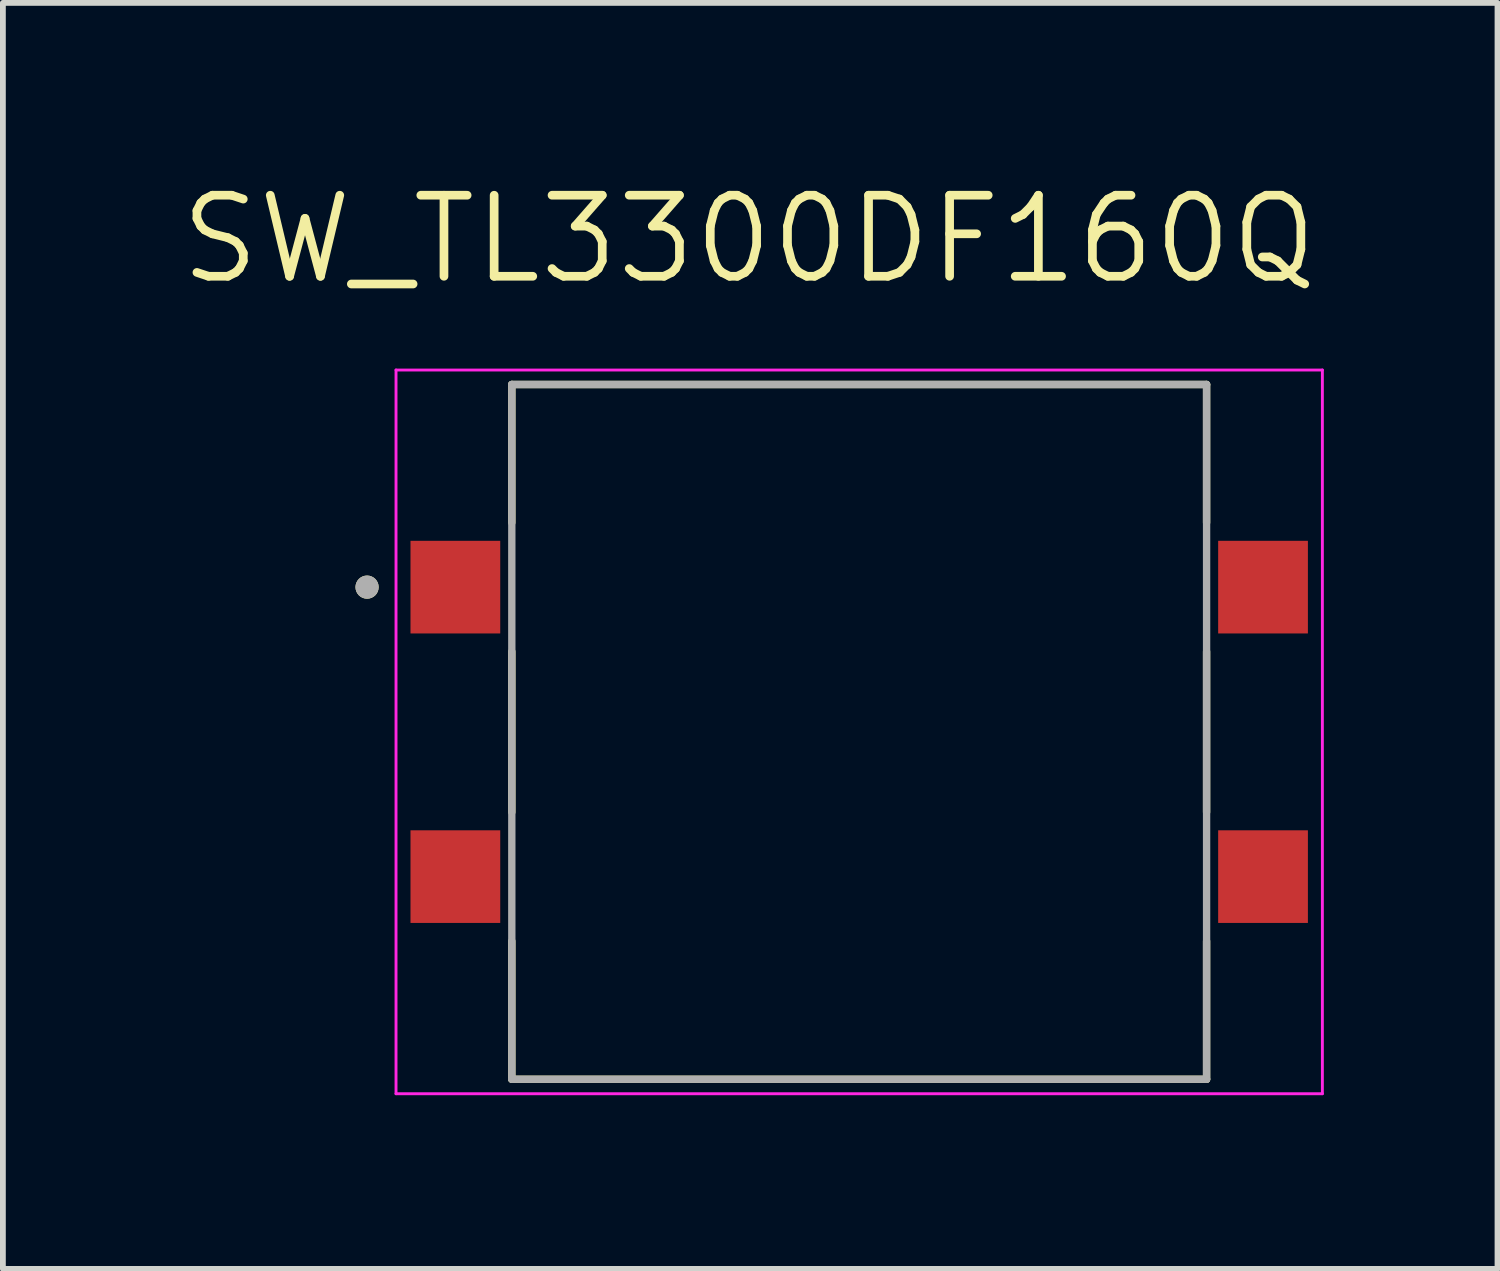
<source format=kicad_pcb>
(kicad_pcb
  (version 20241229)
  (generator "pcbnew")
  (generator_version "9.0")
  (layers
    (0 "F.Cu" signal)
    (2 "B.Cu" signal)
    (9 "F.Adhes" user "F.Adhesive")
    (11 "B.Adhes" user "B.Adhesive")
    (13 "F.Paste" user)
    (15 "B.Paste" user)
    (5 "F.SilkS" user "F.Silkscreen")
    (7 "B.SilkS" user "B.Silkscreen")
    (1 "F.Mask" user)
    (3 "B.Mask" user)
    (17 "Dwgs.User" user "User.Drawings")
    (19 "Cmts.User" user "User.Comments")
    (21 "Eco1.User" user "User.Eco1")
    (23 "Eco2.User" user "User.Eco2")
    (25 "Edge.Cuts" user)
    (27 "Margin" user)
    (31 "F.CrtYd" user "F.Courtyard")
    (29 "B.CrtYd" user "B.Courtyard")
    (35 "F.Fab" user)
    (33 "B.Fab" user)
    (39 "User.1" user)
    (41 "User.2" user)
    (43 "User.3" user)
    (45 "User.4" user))
  (footprint "SW_TL3300DF160Q"
    (layer "F.Cu")
    (at 11.79 9.591)
    (property "Reference" "SW_TL3300DF160Q" (at -1.905 -8.509 0) (layer "F.SilkS") (effects (font (size 1.4 1.4) (thickness 0.15))))
    (attr smd)
    (fp_line (start -6 -6) (end -6 -3.614) (stroke (width 0.127) (type solid)) (layer "F.SilkS"))
    (fp_line (start -6 -1.387) (end -6 1.387) (stroke (width 0.127) (type solid)) (layer "F.SilkS"))
    (fp_line (start -6 6) (end -6 3.614) (stroke (width 0.127) (type solid)) (layer "F.SilkS"))
    (fp_line (start -6 6) (end 6 6) (stroke (width 0.127) (type solid)) (layer "F.SilkS"))
    (fp_line (start 6 -6) (end -6 -6) (stroke (width 0.127) (type solid)) (layer "F.SilkS"))
    (fp_line (start 6 -6) (end 6 -3.614) (stroke (width 0.127) (type solid)) (layer "F.SilkS"))
    (fp_line (start 6 -1.387) (end 6 1.387) (stroke (width 0.127) (type solid)) (layer "F.SilkS"))
    (fp_line (start 6 6) (end 6 3.614) (stroke (width 0.127) (type solid)) (layer "F.SilkS"))
    (fp_circle (center -8.5 -2.5) (end -8.4 -2.5) (stroke (width 0.2) (type solid)) (fill no) (layer "F.SilkS"))
    (fp_line (start -8 -6.25) (end 8 -6.25) (stroke (width 0.05) (type solid)) (layer "F.CrtYd"))
    (fp_line (start -8 6.25) (end -8 -6.25) (stroke (width 0.05) (type solid)) (layer "F.CrtYd"))
    (fp_line (start 8 -6.25) (end 8 6.25) (stroke (width 0.05) (type solid)) (layer "F.CrtYd"))
    (fp_line (start 8 6.25) (end -8 6.25) (stroke (width 0.05) (type solid)) (layer "F.CrtYd"))
    (fp_line (start -6 -6) (end 6 -6) (stroke (width 0.127) (type solid)) (layer "F.Fab"))
    (fp_line (start -6 6) (end -6 -6) (stroke (width 0.127) (type solid)) (layer "F.Fab"))
    (fp_line (start 6 -6) (end 6 6) (stroke (width 0.127) (type solid)) (layer "F.Fab"))
    (fp_line (start 6 6) (end -6 6) (stroke (width 0.127) (type solid)) (layer "F.Fab"))
    (fp_circle (center -8.5 -2.5) (end -8.4 -2.5) (stroke (width 0.2) (type solid)) (fill no) (layer "F.Fab"))
    (pad "1" smd rect (at -6.975 -2.5) (size 1.55 1.6) (layers "F.Cu" "F.Mask" "F.Paste"))
    (pad "2" smd rect (at 6.975 -2.5) (size 1.55 1.6) (layers "F.Cu" "F.Mask" "F.Paste"))
    (pad "3" smd rect (at -6.975 2.5) (size 1.55 1.6) (layers "F.Cu" "F.Mask" "F.Paste"))
    (pad "4" smd rect (at 6.975 2.5) (size 1.55 1.6) (layers "F.Cu" "F.Mask" "F.Paste")))
  (gr_rect
    (start -3 -3)
    (end 22.815 18.866)
    (stroke (width 0.1) (type default))
    (fill no)
    (layer "Edge.Cuts")))
</source>
